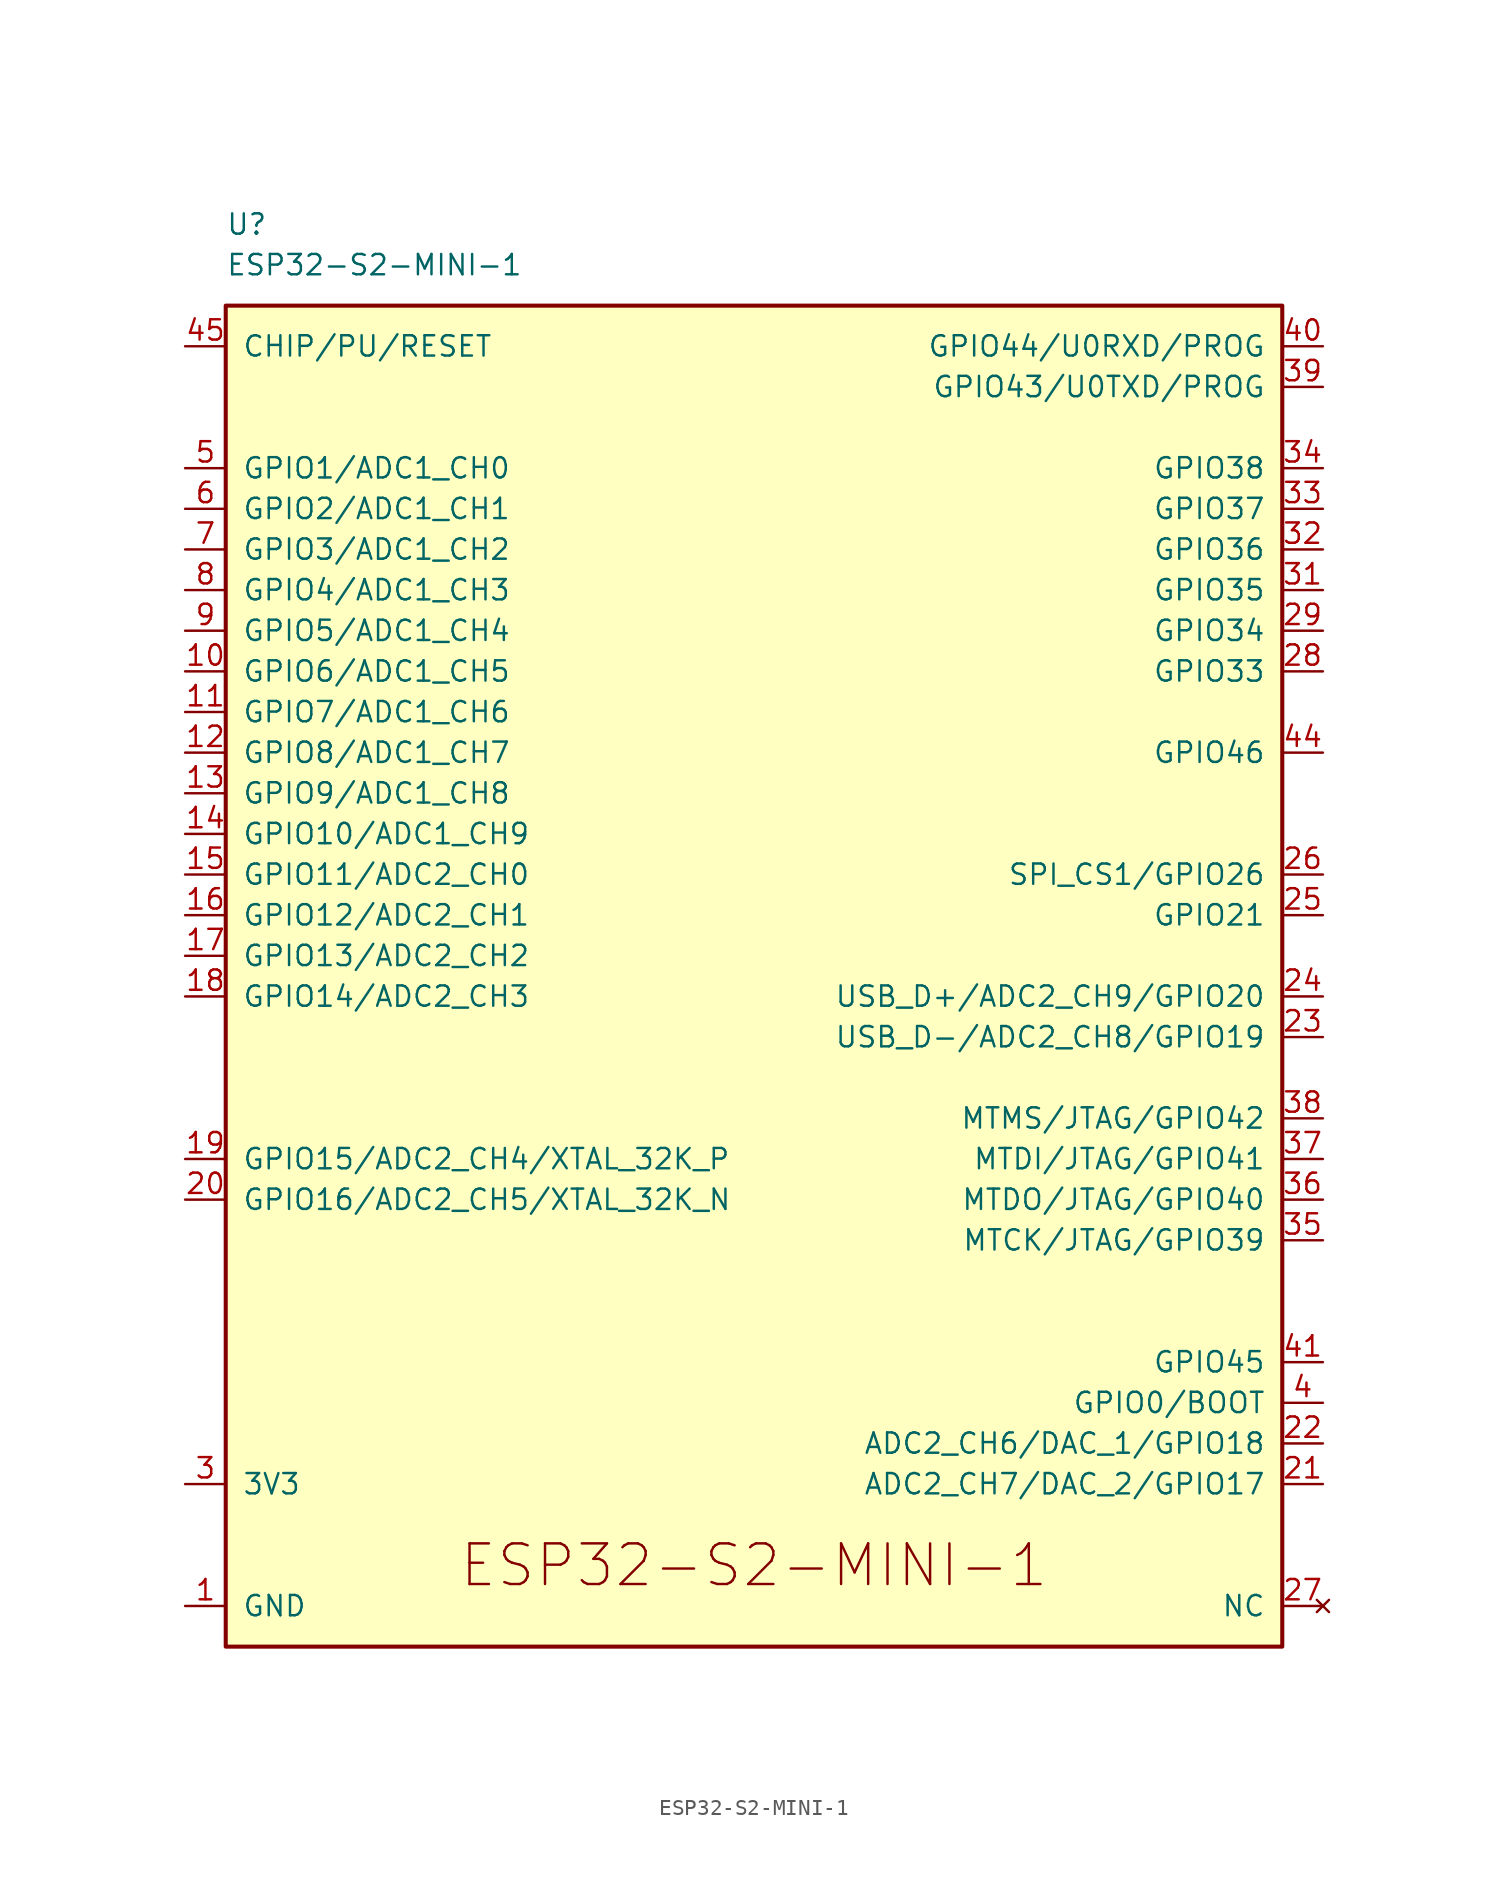
<source format=kicad_sym>
(kicad_symbol_lib
  (version 20211014)
  (generator kicad_symbol_editor)
  (symbol "ESP32-S2-MINI-1"
    (pin_names
      (offset 1.016))
    (property "Reference" "U"
      (at -33.02 50.8 0)
      (effects (font (size 1.27 1.27)) (justify left)))
    (property "Value" "ESP32-S2-MINI-1"
      (at -33.02 48.26 0)
      (effects (font (size 1.27 1.27)) (justify left)))
    (symbol "ESP32-S2-MINI-1_0_0"
      (pin power_in line (at -35.56 -35.56 0) (length 2.54) (name "GND" (effects (font (size 1.27 1.27)))) (number "1" (effects (font (size 1.27 1.27)))))
      (pin passive line (at -35.56 -35.56 0) (length 2.54) hide (name "GND" (effects (font (size 1.27 1.27)))) (number "43" (effects (font (size 1.27 1.27)))))
      (pin input line (at 35.56 17.78 180) (length 2.54) (name "GPIO46" (effects (font (size 1.27 1.27)))) (number "44" (effects (font (size 1.27 1.27)))))
      (pin bidirectional line (at -35.56 43.18 0) (length 2.54) (name "CHIP/PU/RESET" (effects (font (size 1.27 1.27)))) (number "45" (effects (font (size 1.27 1.27)))))
      (pin passive line (at -35.56 -35.56 0) (length 2.54) hide (name "GND" (effects (font (size 1.27 1.27)))) (number "46" (effects (font (size 1.27 1.27)))))
      (pin passive line (at -35.56 -35.56 0) (length 2.54) hide (name "GND" (effects (font (size 1.27 1.27)))) (number "47" (effects (font (size 1.27 1.27)))))
      (pin passive line (at -35.56 -35.56 0) (length 2.54) hide (name "GND" (effects (font (size 1.27 1.27)))) (number "48" (effects (font (size 1.27 1.27)))))
      (pin passive line (at -35.56 -35.56 0) (length 2.54) hide (name "GND" (effects (font (size 1.27 1.27)))) (number "49" (effects (font (size 1.27 1.27)))))
      (pin passive line (at -35.56 -35.56 0) (length 2.54) hide (name "GND" (effects (font (size 1.27 1.27)))) (number "50" (effects (font (size 1.27 1.27)))))
      (pin passive line (at -35.56 -35.56 0) (length 2.54) hide (name "GND" (effects (font (size 1.27 1.27)))) (number "51" (effects (font (size 1.27 1.27)))))
      (pin passive line (at -35.56 -35.56 0) (length 2.54) hide (name "GND" (effects (font (size 1.27 1.27)))) (number "52" (effects (font (size 1.27 1.27)))))
      (pin passive line (at -35.56 -35.56 0) (length 2.54) hide (name "GND" (effects (font (size 1.27 1.27)))) (number "53" (effects (font (size 1.27 1.27)))))
      (pin passive line (at -35.56 -35.56 0) (length 2.54) hide (name "GND" (effects (font (size 1.27 1.27)))) (number "54" (effects (font (size 1.27 1.27)))))
      (pin passive line (at -35.56 -35.56 0) (length 2.54) hide (name "GND" (effects (font (size 1.27 1.27)))) (number "55" (effects (font (size 1.27 1.27)))))
      (pin passive line (at -35.56 -35.56 0) (length 2.54) hide (name "GND" (effects (font (size 1.27 1.27)))) (number "56" (effects (font (size 1.27 1.27)))))
      (pin passive line (at -35.56 -35.56 0) (length 2.54) hide (name "GND" (effects (font (size 1.27 1.27)))) (number "57" (effects (font (size 1.27 1.27)))))
      (pin passive line (at -35.56 -35.56 0) (length 2.54) hide (name "GND" (effects (font (size 1.27 1.27)))) (number "58" (effects (font (size 1.27 1.27)))))
      (pin passive line (at -35.56 -35.56 0) (length 2.54) hide (name "GND" (effects (font (size 1.27 1.27)))) (number "59" (effects (font (size 1.27 1.27)))))
      (pin passive line (at -35.56 -35.56 0) (length 2.54) hide (name "GND" (effects (font (size 1.27 1.27)))) (number "60" (effects (font (size 1.27 1.27)))))
      (pin passive line (at -35.56 -35.56 0) (length 2.54) hide (name "GND" (effects (font (size 1.27 1.27)))) (number "61" (effects (font (size 1.27 1.27)))))
      (pin passive line (at -35.56 -35.56 0) (length 2.54) hide (name "GND" (effects (font (size 1.27 1.27)))) (number "62" (effects (font (size 1.27 1.27)))))
      (pin passive line (at -35.56 -35.56 0) (length 2.54) hide (name "GND" (effects (font (size 1.27 1.27)))) (number "63" (effects (font (size 1.27 1.27)))))
      (pin passive line (at -35.56 -35.56 0) (length 2.54) hide (name "GND" (effects (font (size 1.27 1.27)))) (number "64" (effects (font (size 1.27 1.27)))))
      (pin passive line (at -35.56 -35.56 0) (length 2.54) hide (name "GND" (effects (font (size 1.27 1.27)))) (number "65" (effects (font (size 1.27 1.27))))))
    (symbol "ESP32-S2-MINI-1_1_1"
      (rectangle (start -33.02 45.72) (end 33.02 -38.1) (stroke (width 0.254) (type default) (color 0 0 0 0)) (fill (type background)))
      (text "ESP32-S2-MINI-1" (at 0 -33.02 0) (effects (font (size 2.54 2.54))))
      (pin bidirectional line (at -35.56 22.86 0) (length 2.54) (name "GPIO6/ADC1_CH5" (effects (font (size 1.27 1.27)))) (number "10" (effects (font (size 1.27 1.27)))))
      (pin bidirectional line (at -35.56 20.32 0) (length 2.54) (name "GPIO7/ADC1_CH6" (effects (font (size 1.27 1.27)))) (number "11" (effects (font (size 1.27 1.27)))))
      (pin bidirectional line (at -35.56 17.78 0) (length 2.54) (name "GPIO8/ADC1_CH7" (effects (font (size 1.27 1.27)))) (number "12" (effects (font (size 1.27 1.27)))))
      (pin bidirectional line (at -35.56 15.24 0) (length 2.54) (name "GPIO9/ADC1_CH8" (effects (font (size 1.27 1.27)))) (number "13" (effects (font (size 1.27 1.27)))))
      (pin bidirectional line (at -35.56 12.7 0) (length 2.54) (name "GPIO10/ADC1_CH9" (effects (font (size 1.27 1.27)))) (number "14" (effects (font (size 1.27 1.27)))))
      (pin bidirectional line (at -35.56 10.16 0) (length 2.54) (name "GPIO11/ADC2_CH0" (effects (font (size 1.27 1.27)))) (number "15" (effects (font (size 1.27 1.27)))))
      (pin bidirectional line (at -35.56 7.62 0) (length 2.54) (name "GPIO12/ADC2_CH1" (effects (font (size 1.27 1.27)))) (number "16" (effects (font (size 1.27 1.27)))))
      (pin bidirectional line (at -35.56 5.08 0) (length 2.54) (name "GPIO13/ADC2_CH2" (effects (font (size 1.27 1.27)))) (number "17" (effects (font (size 1.27 1.27)))))
      (pin bidirectional line (at -35.56 2.54 0) (length 2.54) (name "GPIO14/ADC2_CH3" (effects (font (size 1.27 1.27)))) (number "18" (effects (font (size 1.27 1.27)))))
      (pin bidirectional line (at -35.56 -7.62 0) (length 2.54) (name "GPIO15/ADC2_CH4/XTAL_32K_P" (effects (font (size 1.27 1.27)))) (number "19" (effects (font (size 1.27 1.27)))))
      (pin passive line (at -35.56 -35.56 0) (length 2.54) hide (name "GND" (effects (font (size 1.27 1.27)))) (number "2" (effects (font (size 1.27 1.27)))))
      (pin bidirectional line (at -35.56 -10.16 0) (length 2.54) (name "GPIO16/ADC2_CH5/XTAL_32K_N" (effects (font (size 1.27 1.27)))) (number "20" (effects (font (size 1.27 1.27)))))
      (pin bidirectional line (at 35.56 -27.94 180) (length 2.54) (name "ADC2_CH7/DAC_2/GPIO17" (effects (font (size 1.27 1.27)))) (number "21" (effects (font (size 1.27 1.27)))))
      (pin bidirectional line (at 35.56 -25.4 180) (length 2.54) (name "ADC2_CH6/DAC_1/GPIO18" (effects (font (size 1.27 1.27)))) (number "22" (effects (font (size 1.27 1.27)))))
      (pin bidirectional line (at 35.56 0 180) (length 2.54) (name "USB_D-/ADC2_CH8/GPIO19" (effects (font (size 1.27 1.27)))) (number "23" (effects (font (size 1.27 1.27)))))
      (pin bidirectional line (at 35.56 2.54 180) (length 2.54) (name "USB_D+/ADC2_CH9/GPIO20" (effects (font (size 1.27 1.27)))) (number "24" (effects (font (size 1.27 1.27)))))
      (pin bidirectional line (at 35.56 7.62 180) (length 2.54) (name "GPIO21" (effects (font (size 1.27 1.27)))) (number "25" (effects (font (size 1.27 1.27)))))
      (pin bidirectional line (at 35.56 10.16 180) (length 2.54) (name "SPI_CS1/GPIO26" (effects (font (size 1.27 1.27)))) (number "26" (effects (font (size 1.27 1.27)))))
      (pin no_connect line (at 35.56 -35.56 180) (length 2.54) (name "NC" (effects (font (size 1.27 1.27)))) (number "27" (effects (font (size 1.27 1.27)))))
      (pin bidirectional line (at 35.56 22.86 180) (length 2.54) (name "GPIO33" (effects (font (size 1.27 1.27)))) (number "28" (effects (font (size 1.27 1.27)))))
      (pin bidirectional line (at 35.56 25.4 180) (length 2.54) (name "GPIO34" (effects (font (size 1.27 1.27)))) (number "29" (effects (font (size 1.27 1.27)))))
      (pin power_in line (at -35.56 -27.94 0) (length 2.54) (name "3V3" (effects (font (size 1.27 1.27)))) (number "3" (effects (font (size 1.27 1.27)))))
      (pin passive line (at -35.56 -35.56 0) (length 2.54) hide (name "GND" (effects (font (size 1.27 1.27)))) (number "30" (effects (font (size 1.27 1.27)))))
      (pin bidirectional line (at 35.56 27.94 180) (length 2.54) (name "GPIO35" (effects (font (size 1.27 1.27)))) (number "31" (effects (font (size 1.27 1.27)))))
      (pin bidirectional line (at 35.56 30.48 180) (length 2.54) (name "GPIO36" (effects (font (size 1.27 1.27)))) (number "32" (effects (font (size 1.27 1.27)))))
      (pin bidirectional line (at 35.56 33.02 180) (length 2.54) (name "GPIO37" (effects (font (size 1.27 1.27)))) (number "33" (effects (font (size 1.27 1.27)))))
      (pin bidirectional line (at 35.56 35.56 180) (length 2.54) (name "GPIO38" (effects (font (size 1.27 1.27)))) (number "34" (effects (font (size 1.27 1.27)))))
      (pin bidirectional line (at 35.56 -12.7 180) (length 2.54) (name "MTCK/JTAG/GPIO39" (effects (font (size 1.27 1.27)))) (number "35" (effects (font (size 1.27 1.27)))))
      (pin bidirectional line (at 35.56 -10.16 180) (length 2.54) (name "MTDO/JTAG/GPIO40" (effects (font (size 1.27 1.27)))) (number "36" (effects (font (size 1.27 1.27)))))
      (pin bidirectional line (at 35.56 -7.62 180) (length 2.54) (name "MTDI/JTAG/GPIO41" (effects (font (size 1.27 1.27)))) (number "37" (effects (font (size 1.27 1.27)))))
      (pin bidirectional line (at 35.56 -5.08 180) (length 2.54) (name "MTMS/JTAG/GPIO42" (effects (font (size 1.27 1.27)))) (number "38" (effects (font (size 1.27 1.27)))))
      (pin bidirectional line (at 35.56 40.64 180) (length 2.54) (name "GPIO43/U0TXD/PROG" (effects (font (size 1.27 1.27)))) (number "39" (effects (font (size 1.27 1.27)))))
      (pin bidirectional line (at 35.56 -22.86 180) (length 2.54) (name "GPIO0/BOOT" (effects (font (size 1.27 1.27)))) (number "4" (effects (font (size 1.27 1.27)))))
      (pin bidirectional line (at 35.56 43.18 180) (length 2.54) (name "GPIO44/U0RXD/PROG" (effects (font (size 1.27 1.27)))) (number "40" (effects (font (size 1.27 1.27)))))
      (pin bidirectional line (at 35.56 -20.32 180) (length 2.54) (name "GPIO45" (effects (font (size 1.27 1.27)))) (number "41" (effects (font (size 1.27 1.27)))))
      (pin passive line (at -35.56 -35.56 0) (length 2.54) hide (name "GND" (effects (font (size 1.27 1.27)))) (number "42" (effects (font (size 1.27 1.27)))))
      (pin bidirectional line (at -35.56 35.56 0) (length 2.54) (name "GPIO1/ADC1_CH0" (effects (font (size 1.27 1.27)))) (number "5" (effects (font (size 1.27 1.27)))))
      (pin bidirectional line (at -35.56 33.02 0) (length 2.54) (name "GPIO2/ADC1_CH1" (effects (font (size 1.27 1.27)))) (number "6" (effects (font (size 1.27 1.27)))))
      (pin bidirectional line (at -35.56 30.48 0) (length 2.54) (name "GPIO3/ADC1_CH2" (effects (font (size 1.27 1.27)))) (number "7" (effects (font (size 1.27 1.27)))))
      (pin bidirectional line (at -35.56 27.94 0) (length 2.54) (name "GPIO4/ADC1_CH3" (effects (font (size 1.27 1.27)))) (number "8" (effects (font (size 1.27 1.27)))))
      (pin bidirectional line (at -35.56 25.4 0) (length 2.54) (name "GPIO5/ADC1_CH4" (effects (font (size 1.27 1.27)))) (number "9" (effects (font (size 1.27 1.27))))))))
</source>
